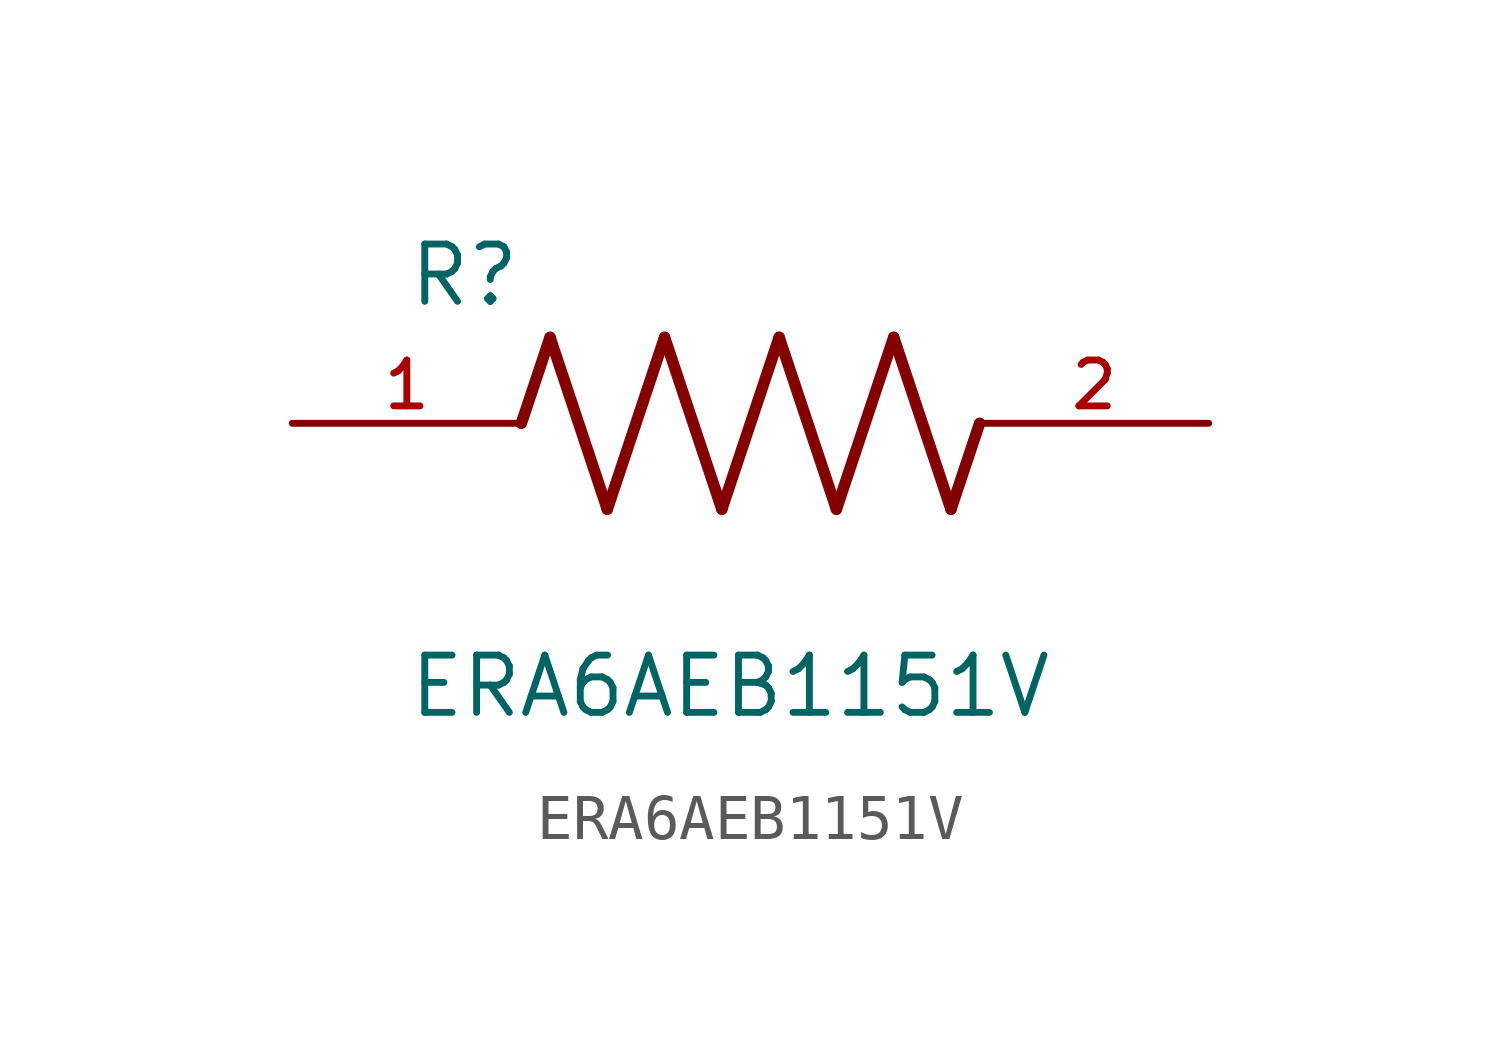
<source format=kicad_sym>
(kicad_symbol_lib
  (version 20211014)
  (generator kicad_symbol_editor)
  (symbol "ERA6AEB1151V"
    (pin_names
      (offset 1.016))
    (property "Reference" "R"
      (at -7.624 2.541 0)
      (effects (font (size 1.27 1.27)) (justify bottom left)))
    (property "Value" "ERA6AEB1151V"
      (at -7.624 -5.087 0)
      (effects (font (size 1.27 1.27)) (justify top left)))
    (symbol "ERA6AEB1151V_0_0"
      (polyline (pts (xy -5.08 0.0) (xy -4.445 1.905)) (stroke (width 0.254)))
      (polyline (pts (xy -4.445 1.905) (xy -3.175 -1.905)) (stroke (width 0.254)))
      (polyline (pts (xy -3.175 -1.905) (xy -1.905 1.905)) (stroke (width 0.254)))
      (polyline (pts (xy -1.905 1.905) (xy -0.635 -1.905)) (stroke (width 0.254)))
      (polyline (pts (xy -0.635 -1.905) (xy 0.635 1.905)) (stroke (width 0.254)))
      (polyline (pts (xy 0.635 1.905) (xy 1.905 -1.905)) (stroke (width 0.254)))
      (polyline (pts (xy 1.905 -1.905) (xy 3.175 1.905)) (stroke (width 0.254)))
      (polyline (pts (xy 3.175 1.905) (xy 4.445 -1.905)) (stroke (width 0.254)))
      (polyline (pts (xy 4.445 -1.905) (xy 5.08 0.0)) (stroke (width 0.254)))
      (pin passive line (at -10.16 0.0 0) (length 5.08) (name "~" (effects (font (size 1.016 1.016)))) (number "1" (effects (font (size 1.016 1.016)))))
      (pin passive line (at 10.16 0.0 180.0) (length 5.08) (name "~" (effects (font (size 1.016 1.016)))) (number "2" (effects (font (size 1.016 1.016))))))))
</source>
